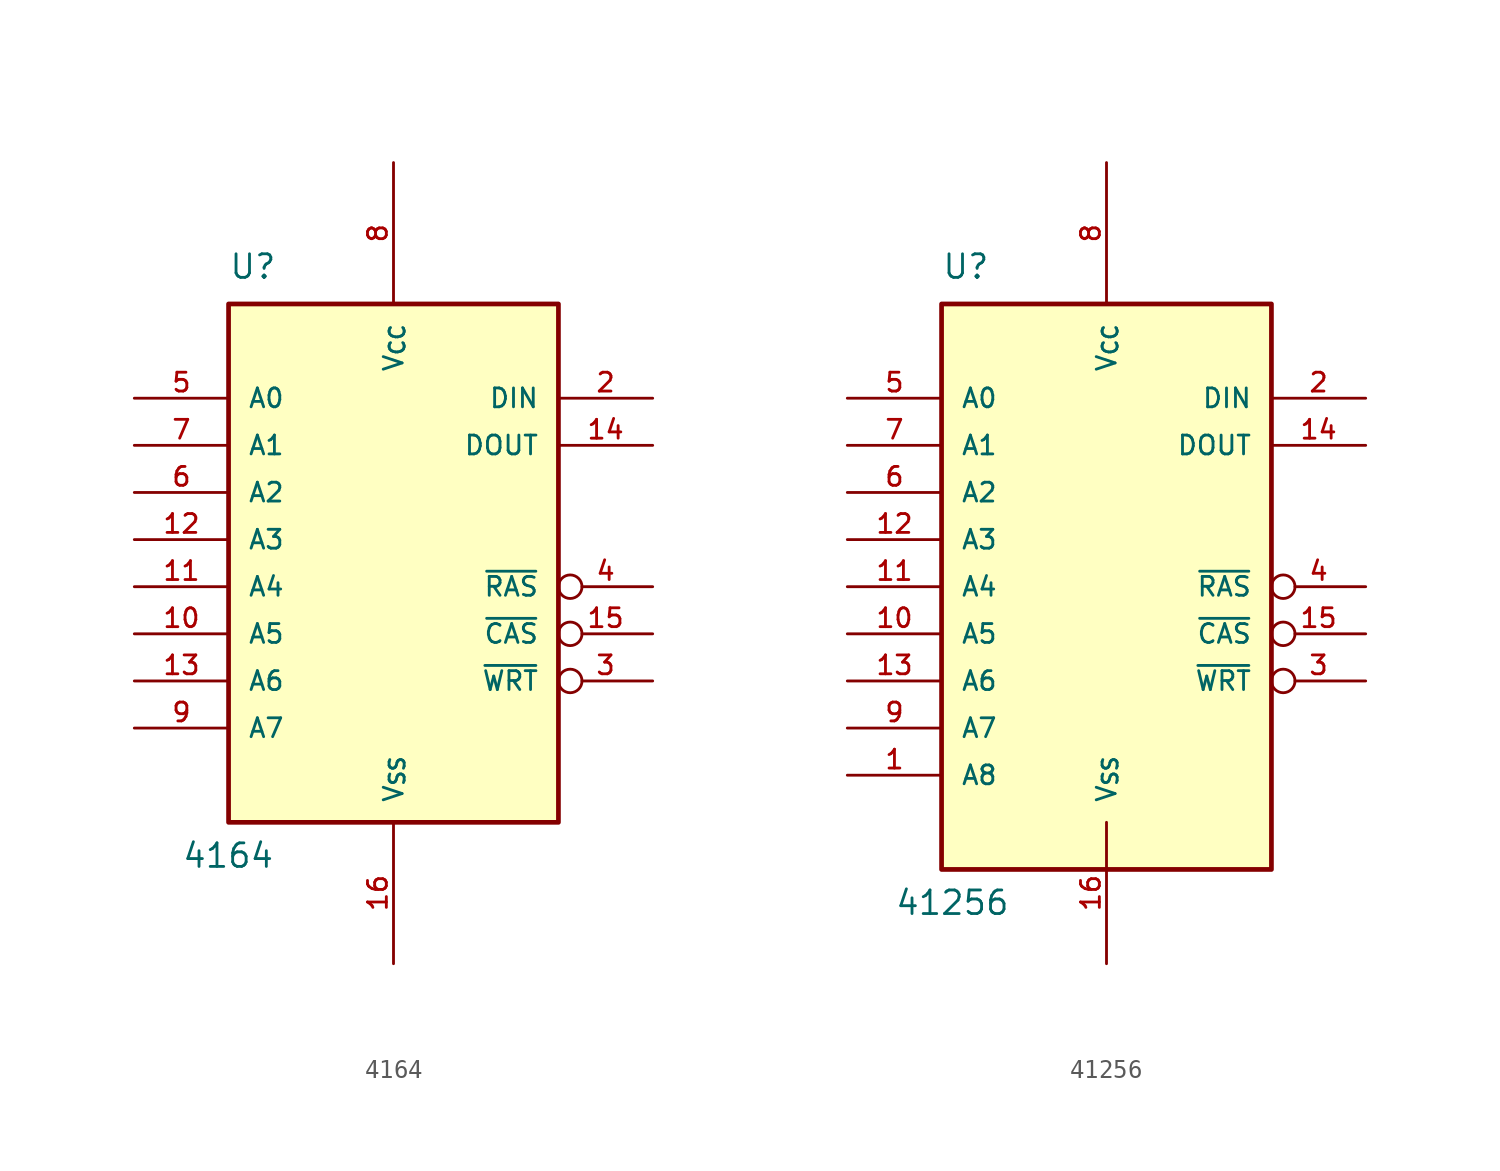
<source format=kicad_sym>
(kicad_symbol_lib
  (version 20220914)
  (generator kicad_symbol_editor)
  (symbol "4164"
    (pin_names
      (offset 1.016))
    (property "Reference" "U"
      (at -7.62 16.51 0)
      (effects (font (size 1.27 1.27)) (justify left bottom)))
    (property "Value" "4164"
      (at -10.16 -15.24 0)
      (effects (font (size 1.27 1.27)) (justify left bottom)))
    (symbol "4164_1_0"
      (rectangle (start -7.62 15.24) (end 10.16 -12.7) (stroke (width 0.254) (type default)) (fill (type background)))
      (pin input line (at -12.7 -2.54 0) (length 5.08) (name "A5" (effects (font (size 1.016 1.016)))) (number "10" (effects (font (size 1.016 1.016)))))
      (pin input line (at -12.7 0 0) (length 5.08) (name "A4" (effects (font (size 1.016 1.016)))) (number "11" (effects (font (size 1.016 1.016)))))
      (pin input line (at -12.7 2.54 0) (length 5.08) (name "A3" (effects (font (size 1.016 1.016)))) (number "12" (effects (font (size 1.016 1.016)))))
      (pin input line (at -12.7 -5.08 0) (length 5.08) (name "A6" (effects (font (size 1.016 1.016)))) (number "13" (effects (font (size 1.016 1.016)))))
      (pin tri_state line (at 15.24 7.62 180) (length 5.08) (name "DOUT" (effects (font (size 1.016 1.016)))) (number "14" (effects (font (size 1.016 1.016)))))
      (pin input inverted (at 15.24 -2.54 180) (length 5.08) (name "~{CAS}" (effects (font (size 1.016 1.016)))) (number "15" (effects (font (size 1.016 1.016)))))
      (pin power_in line (at 1.27 -20.32 90) (length 7.62) (name "V_{SS}" (effects (font (size 1.016 1.016)))) (number "16" (effects (font (size 1.016 1.016)))))
      (pin input line (at 15.24 10.16 180) (length 5.08) (name "DIN" (effects (font (size 1.016 1.016)))) (number "2" (effects (font (size 1.016 1.016)))))
      (pin input inverted (at 15.24 -5.08 180) (length 5.08) (name "~{WRT}" (effects (font (size 1.016 1.016)))) (number "3" (effects (font (size 1.016 1.016)))))
      (pin input inverted (at 15.24 0 180) (length 5.08) (name "~{RAS}" (effects (font (size 1.016 1.016)))) (number "4" (effects (font (size 1.016 1.016)))))
      (pin input line (at -12.7 10.16 0) (length 5.08) (name "A0" (effects (font (size 1.016 1.016)))) (number "5" (effects (font (size 1.016 1.016)))))
      (pin input line (at -12.7 5.08 0) (length 5.08) (name "A2" (effects (font (size 1.016 1.016)))) (number "6" (effects (font (size 1.016 1.016)))))
      (pin input line (at -12.7 7.62 0) (length 5.08) (name "A1" (effects (font (size 1.016 1.016)))) (number "7" (effects (font (size 1.016 1.016)))))
      (pin power_in line (at 1.27 22.86 270) (length 7.62) (name "V_{CC}" (effects (font (size 1.016 1.016)))) (number "8" (effects (font (size 1.016 1.016)))))
      (pin input line (at -12.7 -7.62 0) (length 5.08) (name "A7" (effects (font (size 1.016 1.016)))) (number "9" (effects (font (size 1.016 1.016)))))))
  (symbol "41256"
    (pin_names
      (offset 1.016))
    (property "Reference" "U"
      (at -7.62 16.51 0)
      (effects (font (size 1.27 1.27)) (justify left bottom)))
    (property "Value" "41256"
      (at -10.16 -17.78 0)
      (effects (font (size 1.27 1.27)) (justify left bottom)))
    (symbol "41256_1_0"
      (rectangle (start -7.62 15.24) (end 10.16 -15.24) (stroke (width 0.254) (type default)) (fill (type background)))
      (pin input line (at -12.7 -10.16 0) (length 5.08) (name "A8" (effects (font (size 1.016 1.016)))) (number "1" (effects (font (size 1.016 1.016)))))
      (pin input line (at -12.7 -2.54 0) (length 5.08) (name "A5" (effects (font (size 1.016 1.016)))) (number "10" (effects (font (size 1.016 1.016)))))
      (pin input line (at -12.7 0 0) (length 5.08) (name "A4" (effects (font (size 1.016 1.016)))) (number "11" (effects (font (size 1.016 1.016)))))
      (pin input line (at -12.7 2.54 0) (length 5.08) (name "A3" (effects (font (size 1.016 1.016)))) (number "12" (effects (font (size 1.016 1.016)))))
      (pin input line (at -12.7 -5.08 0) (length 5.08) (name "A6" (effects (font (size 1.016 1.016)))) (number "13" (effects (font (size 1.016 1.016)))))
      (pin tri_state line (at 15.24 7.62 180) (length 5.08) (name "DOUT" (effects (font (size 1.016 1.016)))) (number "14" (effects (font (size 1.016 1.016)))))
      (pin input inverted (at 15.24 -2.54 180) (length 5.08) (name "~{CAS}" (effects (font (size 1.016 1.016)))) (number "15" (effects (font (size 1.016 1.016)))))
      (pin power_in line (at 1.27 -20.32 90) (length 7.62) (name "V_{SS}" (effects (font (size 1.016 1.016)))) (number "16" (effects (font (size 1.016 1.016)))))
      (pin input line (at 15.24 10.16 180) (length 5.08) (name "DIN" (effects (font (size 1.016 1.016)))) (number "2" (effects (font (size 1.016 1.016)))))
      (pin input inverted (at 15.24 -5.08 180) (length 5.08) (name "~{WRT}" (effects (font (size 1.016 1.016)))) (number "3" (effects (font (size 1.016 1.016)))))
      (pin input inverted (at 15.24 0 180) (length 5.08) (name "~{RAS}" (effects (font (size 1.016 1.016)))) (number "4" (effects (font (size 1.016 1.016)))))
      (pin input line (at -12.7 10.16 0) (length 5.08) (name "A0" (effects (font (size 1.016 1.016)))) (number "5" (effects (font (size 1.016 1.016)))))
      (pin input line (at -12.7 5.08 0) (length 5.08) (name "A2" (effects (font (size 1.016 1.016)))) (number "6" (effects (font (size 1.016 1.016)))))
      (pin input line (at -12.7 7.62 0) (length 5.08) (name "A1" (effects (font (size 1.016 1.016)))) (number "7" (effects (font (size 1.016 1.016)))))
      (pin power_in line (at 1.27 22.86 270) (length 7.62) (name "V_{CC}" (effects (font (size 1.016 1.016)))) (number "8" (effects (font (size 1.016 1.016)))))
      (pin input line (at -12.7 -7.62 0) (length 5.08) (name "A7" (effects (font (size 1.016 1.016)))) (number "9" (effects (font (size 1.016 1.016))))))))
</source>
